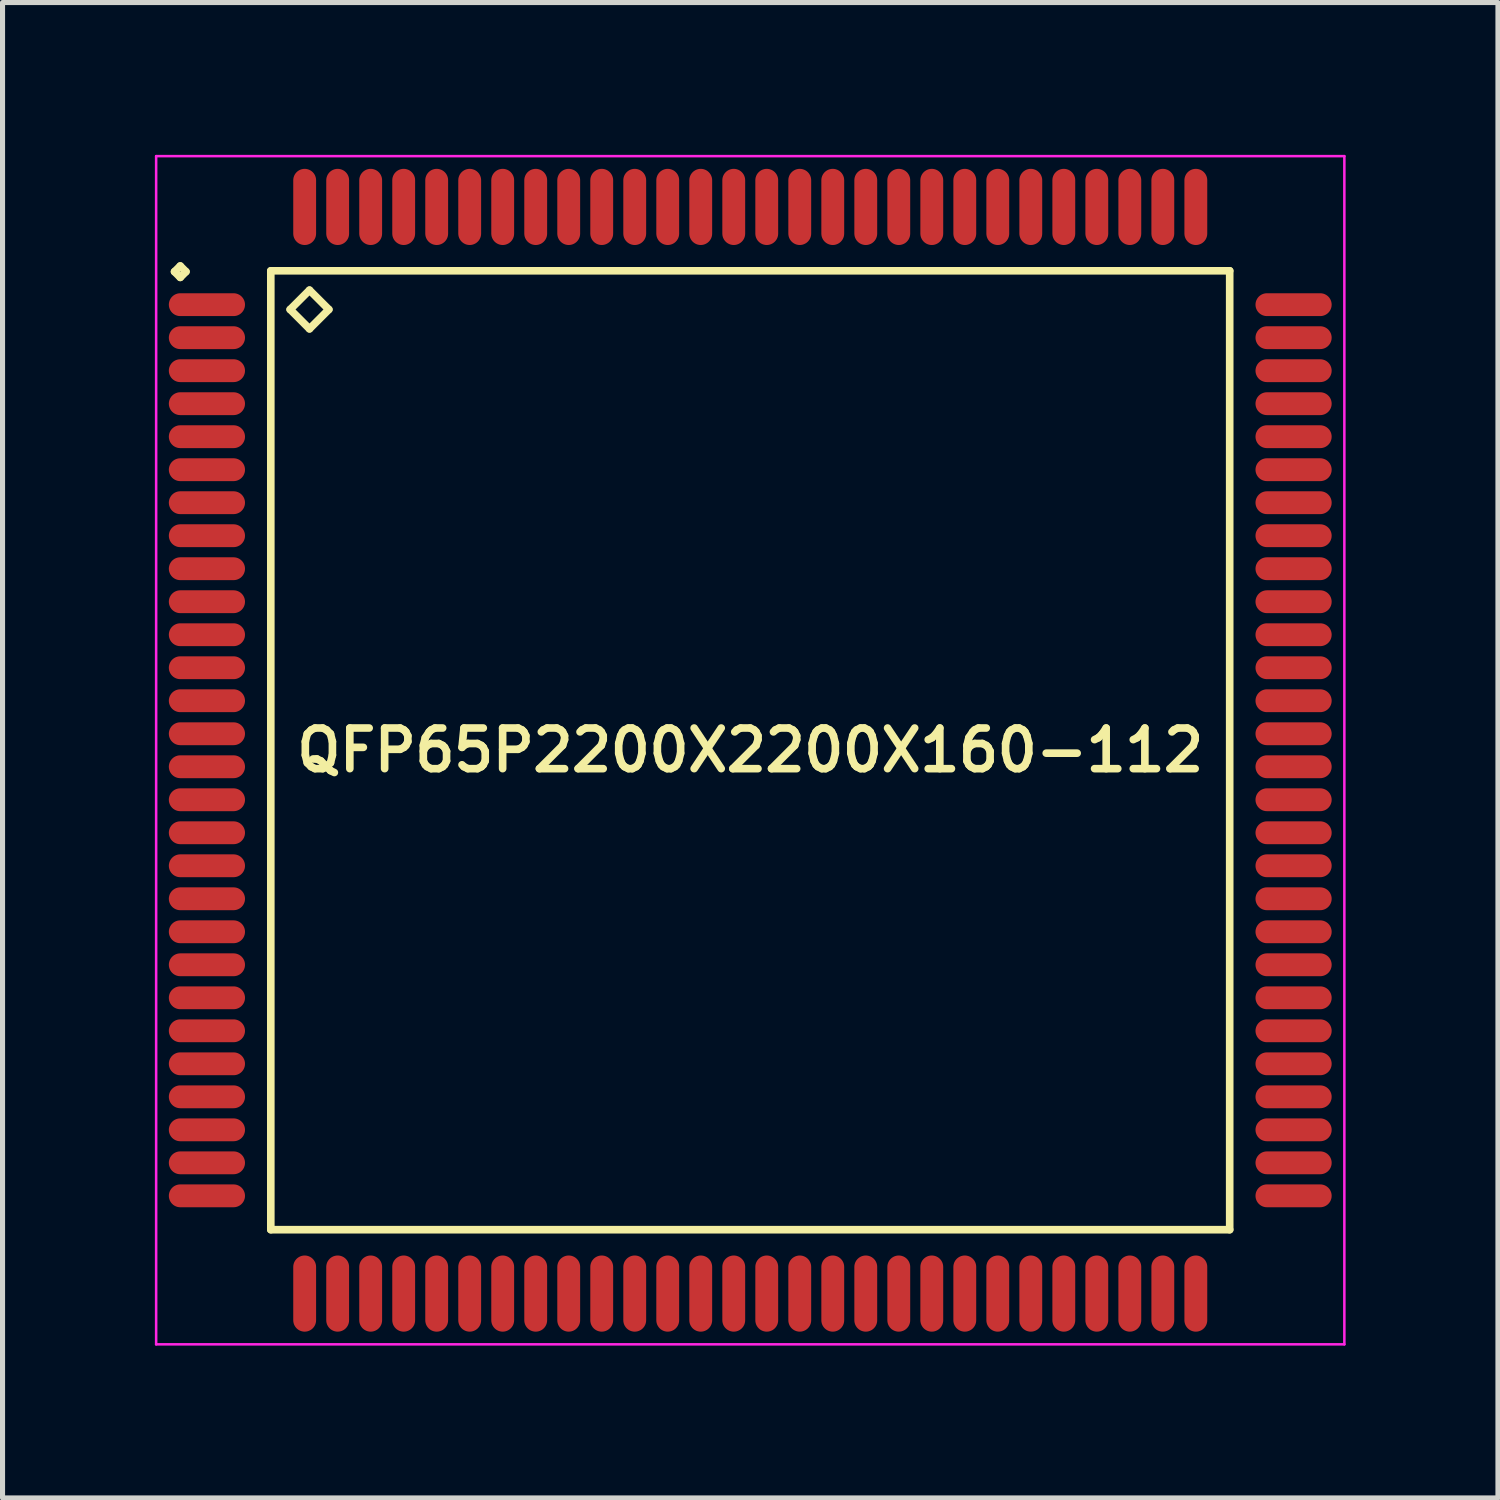
<source format=kicad_pcb>
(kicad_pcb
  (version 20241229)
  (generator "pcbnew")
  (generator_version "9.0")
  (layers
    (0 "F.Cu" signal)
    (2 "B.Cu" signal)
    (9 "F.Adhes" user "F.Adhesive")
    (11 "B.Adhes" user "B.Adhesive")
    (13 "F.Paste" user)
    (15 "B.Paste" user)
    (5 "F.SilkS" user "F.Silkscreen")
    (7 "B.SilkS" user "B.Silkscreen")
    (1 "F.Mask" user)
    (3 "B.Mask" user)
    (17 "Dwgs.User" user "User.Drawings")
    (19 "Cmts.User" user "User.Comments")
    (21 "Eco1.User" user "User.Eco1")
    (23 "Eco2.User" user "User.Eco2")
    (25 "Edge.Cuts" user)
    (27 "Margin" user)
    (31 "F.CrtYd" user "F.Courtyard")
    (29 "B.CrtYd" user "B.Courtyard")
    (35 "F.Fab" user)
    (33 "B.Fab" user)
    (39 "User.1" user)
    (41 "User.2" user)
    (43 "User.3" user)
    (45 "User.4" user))
  (footprint "QFP65P2200X2200X160-112"
    (layer "F.Cu")
    (at 11.725 11.725)
    (property "Reference" "QFP65P2200X2200X160-112" (at 0 0 0) (layer "F.SilkS") (effects (font (size 0.8 0.8) (thickness 0.15))))
    (attr smd)
    (fp_line (start -11.338 -9.425) (end -11.225 -9.537) (stroke (width 0.15) (type solid)) (layer "F.SilkS"))
    (fp_line (start -11.225 -9.537) (end -11.113 -9.425) (stroke (width 0.15) (type solid)) (layer "F.SilkS"))
    (fp_line (start -11.225 -9.312) (end -11.338 -9.425) (stroke (width 0.15) (type solid)) (layer "F.SilkS"))
    (fp_line (start -11.113 -9.425) (end -11.225 -9.312) (stroke (width 0.15) (type solid)) (layer "F.SilkS"))
    (fp_line (start -9.442 -9.442) (end -9.442 9.442) (stroke (width 0.15) (type solid)) (layer "F.SilkS"))
    (fp_line (start -9.442 9.442) (end 9.442 9.442) (stroke (width 0.15) (type solid)) (layer "F.SilkS"))
    (fp_line (start -9.061 -8.68) (end -8.68 -9.061) (stroke (width 0.15) (type solid)) (layer "F.SilkS"))
    (fp_line (start -8.68 -9.061) (end -8.299 -8.68) (stroke (width 0.15) (type solid)) (layer "F.SilkS"))
    (fp_line (start -8.68 -8.299) (end -9.061 -8.68) (stroke (width 0.15) (type solid)) (layer "F.SilkS"))
    (fp_line (start -8.299 -8.68) (end -8.68 -8.299) (stroke (width 0.15) (type solid)) (layer "F.SilkS"))
    (fp_line (start 9.442 -9.442) (end -9.442 -9.442) (stroke (width 0.15) (type solid)) (layer "F.SilkS"))
    (fp_line (start 9.442 9.442) (end 9.442 -9.442) (stroke (width 0.15) (type solid)) (layer "F.SilkS"))
    (fp_line (start -11.7 -11.7) (end 11.7 -11.7) (stroke (width 0.05) (type solid)) (layer "F.CrtYd"))
    (fp_line (start -11.7 11.7) (end -11.7 -11.7) (stroke (width 0.05) (type solid)) (layer "F.CrtYd"))
    (fp_line (start 11.7 -11.7) (end 11.7 11.7) (stroke (width 0.05) (type solid)) (layer "F.CrtYd"))
    (fp_line (start 11.7 11.7) (end -11.7 11.7) (stroke (width 0.05) (type solid)) (layer "F.CrtYd"))
    (pad "1" smd oval (at -10.7 -8.775) (size 1.5 0.45) (layers "F.Cu" "F.Mask" "F.Paste"))
    (pad "2" smd oval (at -10.7 -8.125) (size 1.5 0.45) (layers "F.Cu" "F.Mask" "F.Paste"))
    (pad "3" smd oval (at -10.7 -7.475) (size 1.5 0.45) (layers "F.Cu" "F.Mask" "F.Paste"))
    (pad "4" smd oval (at -10.7 -6.825) (size 1.5 0.45) (layers "F.Cu" "F.Mask" "F.Paste"))
    (pad "5" smd oval (at -10.7 -6.175) (size 1.5 0.45) (layers "F.Cu" "F.Mask" "F.Paste"))
    (pad "6" smd oval (at -10.7 -5.525) (size 1.5 0.45) (layers "F.Cu" "F.Mask" "F.Paste"))
    (pad "7" smd oval (at -10.7 -4.875) (size 1.5 0.45) (layers "F.Cu" "F.Mask" "F.Paste"))
    (pad "8" smd oval (at -10.7 -4.225) (size 1.5 0.45) (layers "F.Cu" "F.Mask" "F.Paste"))
    (pad "9" smd oval (at -10.7 -3.575) (size 1.5 0.45) (layers "F.Cu" "F.Mask" "F.Paste"))
    (pad "10" smd oval (at -10.7 -2.925) (size 1.5 0.45) (layers "F.Cu" "F.Mask" "F.Paste"))
    (pad "11" smd oval (at -10.7 -2.275) (size 1.5 0.45) (layers "F.Cu" "F.Mask" "F.Paste"))
    (pad "12" smd oval (at -10.7 -1.625) (size 1.5 0.45) (layers "F.Cu" "F.Mask" "F.Paste"))
    (pad "13" smd oval (at -10.7 -0.975) (size 1.5 0.45) (layers "F.Cu" "F.Mask" "F.Paste"))
    (pad "14" smd oval (at -10.7 -0.325) (size 1.5 0.45) (layers "F.Cu" "F.Mask" "F.Paste"))
    (pad "15" smd oval (at -10.7 0.325) (size 1.5 0.45) (layers "F.Cu" "F.Mask" "F.Paste"))
    (pad "16" smd oval (at -10.7 0.975) (size 1.5 0.45) (layers "F.Cu" "F.Mask" "F.Paste"))
    (pad "17" smd oval (at -10.7 1.625) (size 1.5 0.45) (layers "F.Cu" "F.Mask" "F.Paste"))
    (pad "18" smd oval (at -10.7 2.275) (size 1.5 0.45) (layers "F.Cu" "F.Mask" "F.Paste"))
    (pad "19" smd oval (at -10.7 2.925) (size 1.5 0.45) (layers "F.Cu" "F.Mask" "F.Paste"))
    (pad "20" smd oval (at -10.7 3.575) (size 1.5 0.45) (layers "F.Cu" "F.Mask" "F.Paste"))
    (pad "21" smd oval (at -10.7 4.225) (size 1.5 0.45) (layers "F.Cu" "F.Mask" "F.Paste"))
    (pad "22" smd oval (at -10.7 4.875) (size 1.5 0.45) (layers "F.Cu" "F.Mask" "F.Paste"))
    (pad "23" smd oval (at -10.7 5.525) (size 1.5 0.45) (layers "F.Cu" "F.Mask" "F.Paste"))
    (pad "24" smd oval (at -10.7 6.175) (size 1.5 0.45) (layers "F.Cu" "F.Mask" "F.Paste"))
    (pad "25" smd oval (at -10.7 6.825) (size 1.5 0.45) (layers "F.Cu" "F.Mask" "F.Paste"))
    (pad "26" smd oval (at -10.7 7.475) (size 1.5 0.45) (layers "F.Cu" "F.Mask" "F.Paste"))
    (pad "27" smd oval (at -10.7 8.125) (size 1.5 0.45) (layers "F.Cu" "F.Mask" "F.Paste"))
    (pad "28" smd oval (at -10.7 8.775) (size 1.5 0.45) (layers "F.Cu" "F.Mask" "F.Paste"))
    (pad "29" smd oval (at -8.775 10.7) (size 0.45 1.5) (layers "F.Cu" "F.Mask" "F.Paste"))
    (pad "30" smd oval (at -8.125 10.7) (size 0.45 1.5) (layers "F.Cu" "F.Mask" "F.Paste"))
    (pad "31" smd oval (at -7.475 10.7) (size 0.45 1.5) (layers "F.Cu" "F.Mask" "F.Paste"))
    (pad "32" smd oval (at -6.825 10.7) (size 0.45 1.5) (layers "F.Cu" "F.Mask" "F.Paste"))
    (pad "33" smd oval (at -6.175 10.7) (size 0.45 1.5) (layers "F.Cu" "F.Mask" "F.Paste"))
    (pad "34" smd oval (at -5.525 10.7) (size 0.45 1.5) (layers "F.Cu" "F.Mask" "F.Paste"))
    (pad "35" smd oval (at -4.875 10.7) (size 0.45 1.5) (layers "F.Cu" "F.Mask" "F.Paste"))
    (pad "36" smd oval (at -4.225 10.7) (size 0.45 1.5) (layers "F.Cu" "F.Mask" "F.Paste"))
    (pad "37" smd oval (at -3.575 10.7) (size 0.45 1.5) (layers "F.Cu" "F.Mask" "F.Paste"))
    (pad "38" smd oval (at -2.925 10.7) (size 0.45 1.5) (layers "F.Cu" "F.Mask" "F.Paste"))
    (pad "39" smd oval (at -2.275 10.7) (size 0.45 1.5) (layers "F.Cu" "F.Mask" "F.Paste"))
    (pad "40" smd oval (at -1.625 10.7) (size 0.45 1.5) (layers "F.Cu" "F.Mask" "F.Paste"))
    (pad "41" smd oval (at -0.975 10.7) (size 0.45 1.5) (layers "F.Cu" "F.Mask" "F.Paste"))
    (pad "42" smd oval (at -0.325 10.7) (size 0.45 1.5) (layers "F.Cu" "F.Mask" "F.Paste"))
    (pad "43" smd oval (at 0.325 10.7) (size 0.45 1.5) (layers "F.Cu" "F.Mask" "F.Paste"))
    (pad "44" smd oval (at 0.975 10.7) (size 0.45 1.5) (layers "F.Cu" "F.Mask" "F.Paste"))
    (pad "45" smd oval (at 1.625 10.7) (size 0.45 1.5) (layers "F.Cu" "F.Mask" "F.Paste"))
    (pad "46" smd oval (at 2.275 10.7) (size 0.45 1.5) (layers "F.Cu" "F.Mask" "F.Paste"))
    (pad "47" smd oval (at 2.925 10.7) (size 0.45 1.5) (layers "F.Cu" "F.Mask" "F.Paste"))
    (pad "48" smd oval (at 3.575 10.7) (size 0.45 1.5) (layers "F.Cu" "F.Mask" "F.Paste"))
    (pad "49" smd oval (at 4.225 10.7) (size 0.45 1.5) (layers "F.Cu" "F.Mask" "F.Paste"))
    (pad "50" smd oval (at 4.875 10.7) (size 0.45 1.5) (layers "F.Cu" "F.Mask" "F.Paste"))
    (pad "51" smd oval (at 5.525 10.7) (size 0.45 1.5) (layers "F.Cu" "F.Mask" "F.Paste"))
    (pad "52" smd oval (at 6.175 10.7) (size 0.45 1.5) (layers "F.Cu" "F.Mask" "F.Paste"))
    (pad "53" smd oval (at 6.825 10.7) (size 0.45 1.5) (layers "F.Cu" "F.Mask" "F.Paste"))
    (pad "54" smd oval (at 7.475 10.7) (size 0.45 1.5) (layers "F.Cu" "F.Mask" "F.Paste"))
    (pad "55" smd oval (at 8.125 10.7) (size 0.45 1.5) (layers "F.Cu" "F.Mask" "F.Paste"))
    (pad "56" smd oval (at 8.775 10.7) (size 0.45 1.5) (layers "F.Cu" "F.Mask" "F.Paste"))
    (pad "57" smd oval (at 10.7 8.775) (size 1.5 0.45) (layers "F.Cu" "F.Mask" "F.Paste"))
    (pad "58" smd oval (at 10.7 8.125) (size 1.5 0.45) (layers "F.Cu" "F.Mask" "F.Paste"))
    (pad "59" smd oval (at 10.7 7.475) (size 1.5 0.45) (layers "F.Cu" "F.Mask" "F.Paste"))
    (pad "60" smd oval (at 10.7 6.825) (size 1.5 0.45) (layers "F.Cu" "F.Mask" "F.Paste"))
    (pad "61" smd oval (at 10.7 6.175) (size 1.5 0.45) (layers "F.Cu" "F.Mask" "F.Paste"))
    (pad "62" smd oval (at 10.7 5.525) (size 1.5 0.45) (layers "F.Cu" "F.Mask" "F.Paste"))
    (pad "63" smd oval (at 10.7 4.875) (size 1.5 0.45) (layers "F.Cu" "F.Mask" "F.Paste"))
    (pad "64" smd oval (at 10.7 4.225) (size 1.5 0.45) (layers "F.Cu" "F.Mask" "F.Paste"))
    (pad "65" smd oval (at 10.7 3.575) (size 1.5 0.45) (layers "F.Cu" "F.Mask" "F.Paste"))
    (pad "66" smd oval (at 10.7 2.925) (size 1.5 0.45) (layers "F.Cu" "F.Mask" "F.Paste"))
    (pad "67" smd oval (at 10.7 2.275) (size 1.5 0.45) (layers "F.Cu" "F.Mask" "F.Paste"))
    (pad "68" smd oval (at 10.7 1.625) (size 1.5 0.45) (layers "F.Cu" "F.Mask" "F.Paste"))
    (pad "69" smd oval (at 10.7 0.975) (size 1.5 0.45) (layers "F.Cu" "F.Mask" "F.Paste"))
    (pad "70" smd oval (at 10.7 0.325) (size 1.5 0.45) (layers "F.Cu" "F.Mask" "F.Paste"))
    (pad "71" smd oval (at 10.7 -0.325) (size 1.5 0.45) (layers "F.Cu" "F.Mask" "F.Paste"))
    (pad "72" smd oval (at 10.7 -0.975) (size 1.5 0.45) (layers "F.Cu" "F.Mask" "F.Paste"))
    (pad "73" smd oval (at 10.7 -1.625) (size 1.5 0.45) (layers "F.Cu" "F.Mask" "F.Paste"))
    (pad "74" smd oval (at 10.7 -2.275) (size 1.5 0.45) (layers "F.Cu" "F.Mask" "F.Paste"))
    (pad "75" smd oval (at 10.7 -2.925) (size 1.5 0.45) (layers "F.Cu" "F.Mask" "F.Paste"))
    (pad "76" smd oval (at 10.7 -3.575) (size 1.5 0.45) (layers "F.Cu" "F.Mask" "F.Paste"))
    (pad "77" smd oval (at 10.7 -4.225) (size 1.5 0.45) (layers "F.Cu" "F.Mask" "F.Paste"))
    (pad "78" smd oval (at 10.7 -4.875) (size 1.5 0.45) (layers "F.Cu" "F.Mask" "F.Paste"))
    (pad "79" smd oval (at 10.7 -5.525) (size 1.5 0.45) (layers "F.Cu" "F.Mask" "F.Paste"))
    (pad "80" smd oval (at 10.7 -6.175) (size 1.5 0.45) (layers "F.Cu" "F.Mask" "F.Paste"))
    (pad "81" smd oval (at 10.7 -6.825) (size 1.5 0.45) (layers "F.Cu" "F.Mask" "F.Paste"))
    (pad "82" smd oval (at 10.7 -7.475) (size 1.5 0.45) (layers "F.Cu" "F.Mask" "F.Paste"))
    (pad "83" smd oval (at 10.7 -8.125) (size 1.5 0.45) (layers "F.Cu" "F.Mask" "F.Paste"))
    (pad "84" smd oval (at 10.7 -8.775) (size 1.5 0.45) (layers "F.Cu" "F.Mask" "F.Paste"))
    (pad "85" smd oval (at 8.775 -10.7) (size 0.45 1.5) (layers "F.Cu" "F.Mask" "F.Paste"))
    (pad "86" smd oval (at 8.125 -10.7) (size 0.45 1.5) (layers "F.Cu" "F.Mask" "F.Paste"))
    (pad "87" smd oval (at 7.475 -10.7) (size 0.45 1.5) (layers "F.Cu" "F.Mask" "F.Paste"))
    (pad "88" smd oval (at 6.825 -10.7) (size 0.45 1.5) (layers "F.Cu" "F.Mask" "F.Paste"))
    (pad "89" smd oval (at 6.175 -10.7) (size 0.45 1.5) (layers "F.Cu" "F.Mask" "F.Paste"))
    (pad "90" smd oval (at 5.525 -10.7) (size 0.45 1.5) (layers "F.Cu" "F.Mask" "F.Paste"))
    (pad "91" smd oval (at 4.875 -10.7) (size 0.45 1.5) (layers "F.Cu" "F.Mask" "F.Paste"))
    (pad "92" smd oval (at 4.225 -10.7) (size 0.45 1.5) (layers "F.Cu" "F.Mask" "F.Paste"))
    (pad "93" smd oval (at 3.575 -10.7) (size 0.45 1.5) (layers "F.Cu" "F.Mask" "F.Paste"))
    (pad "94" smd oval (at 2.925 -10.7) (size 0.45 1.5) (layers "F.Cu" "F.Mask" "F.Paste"))
    (pad "95" smd oval (at 2.275 -10.7) (size 0.45 1.5) (layers "F.Cu" "F.Mask" "F.Paste"))
    (pad "96" smd oval (at 1.625 -10.7) (size 0.45 1.5) (layers "F.Cu" "F.Mask" "F.Paste"))
    (pad "97" smd oval (at 0.975 -10.7) (size 0.45 1.5) (layers "F.Cu" "F.Mask" "F.Paste"))
    (pad "98" smd oval (at 0.325 -10.7) (size 0.45 1.5) (layers "F.Cu" "F.Mask" "F.Paste"))
    (pad "99" smd oval (at -0.325 -10.7) (size 0.45 1.5) (layers "F.Cu" "F.Mask" "F.Paste"))
    (pad "100" smd oval (at -0.975 -10.7) (size 0.45 1.5) (layers "F.Cu" "F.Mask" "F.Paste"))
    (pad "101" smd oval (at -1.625 -10.7) (size 0.45 1.5) (layers "F.Cu" "F.Mask" "F.Paste"))
    (pad "102" smd oval (at -2.275 -10.7) (size 0.45 1.5) (layers "F.Cu" "F.Mask" "F.Paste"))
    (pad "103" smd oval (at -2.925 -10.7) (size 0.45 1.5) (layers "F.Cu" "F.Mask" "F.Paste"))
    (pad "104" smd oval (at -3.575 -10.7) (size 0.45 1.5) (layers "F.Cu" "F.Mask" "F.Paste"))
    (pad "105" smd oval (at -4.225 -10.7) (size 0.45 1.5) (layers "F.Cu" "F.Mask" "F.Paste"))
    (pad "106" smd oval (at -4.875 -10.7) (size 0.45 1.5) (layers "F.Cu" "F.Mask" "F.Paste"))
    (pad "107" smd oval (at -5.525 -10.7) (size 0.45 1.5) (layers "F.Cu" "F.Mask" "F.Paste"))
    (pad "108" smd oval (at -6.175 -10.7) (size 0.45 1.5) (layers "F.Cu" "F.Mask" "F.Paste"))
    (pad "109" smd oval (at -6.825 -10.7) (size 0.45 1.5) (layers "F.Cu" "F.Mask" "F.Paste"))
    (pad "110" smd oval (at -7.475 -10.7) (size 0.45 1.5) (layers "F.Cu" "F.Mask" "F.Paste"))
    (pad "111" smd oval (at -8.125 -10.7) (size 0.45 1.5) (layers "F.Cu" "F.Mask" "F.Paste"))
    (pad "112" smd oval (at -8.775 -10.7) (size 0.45 1.5) (layers "F.Cu" "F.Mask" "F.Paste")))
  (gr_rect
    (start -3 -3)
    (end 26.45 26.45)
    (stroke (width 0.1) (type default))
    (fill no)
    (layer "Edge.Cuts")))
</source>
